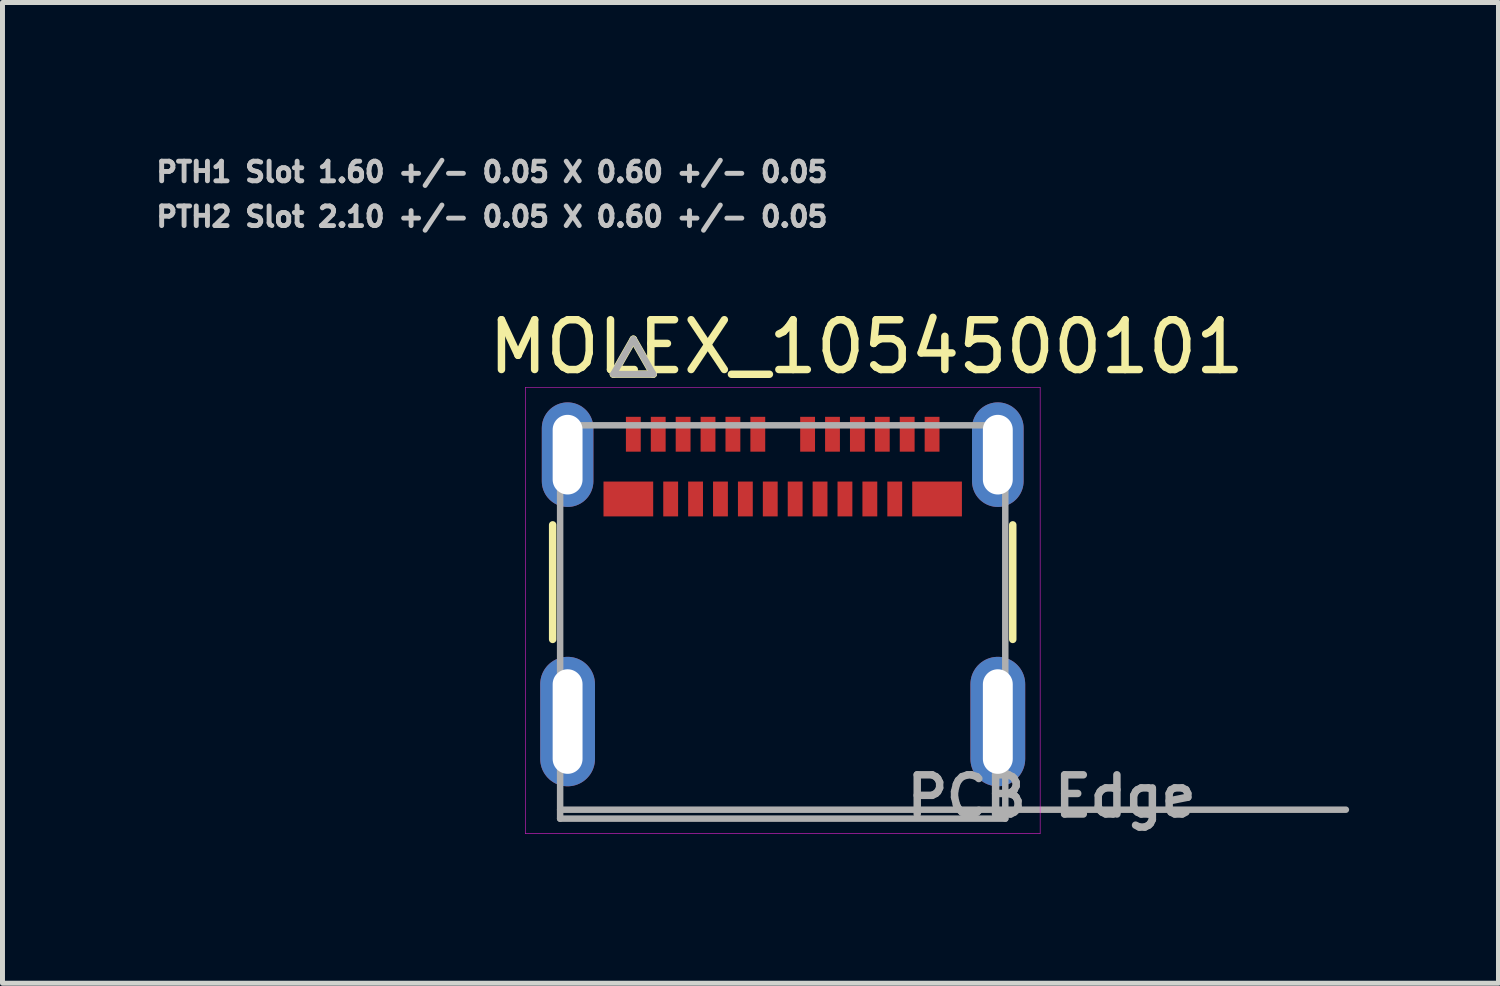
<source format=kicad_pcb>
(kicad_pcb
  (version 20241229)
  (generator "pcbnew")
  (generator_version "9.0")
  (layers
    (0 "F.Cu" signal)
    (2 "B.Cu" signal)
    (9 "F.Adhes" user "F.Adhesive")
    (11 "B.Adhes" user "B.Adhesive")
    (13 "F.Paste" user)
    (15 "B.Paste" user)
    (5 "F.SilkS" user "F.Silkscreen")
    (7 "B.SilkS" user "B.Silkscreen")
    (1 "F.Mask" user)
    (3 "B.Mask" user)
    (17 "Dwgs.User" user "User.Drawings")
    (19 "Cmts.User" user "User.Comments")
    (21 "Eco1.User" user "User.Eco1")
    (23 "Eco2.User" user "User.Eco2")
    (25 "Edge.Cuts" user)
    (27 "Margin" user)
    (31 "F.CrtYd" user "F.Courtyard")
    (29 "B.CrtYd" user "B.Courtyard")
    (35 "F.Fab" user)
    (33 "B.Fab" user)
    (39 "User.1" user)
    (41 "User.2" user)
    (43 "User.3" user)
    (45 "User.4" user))
  (footprint "MOLEX_1054500101"
    (layer "F.Cu")
    (at 12.669 13.211)
    (property "Reference" "MOLEX_1054500101" (at 1.685 -9.295 0) (layer "F.SilkS") (effects (font (size 1 1) (thickness 0.15))))
    (attr smd)
    (fp_poly (pts (xy -3.663 -6.654) (xy -2.538 -6.654) (xy -2.538 -5.827) (xy -3.663 -5.827)) (stroke (width 0.01) (type solid)) (fill yes) (layer "F.Mask"))
    (fp_poly (pts (xy -3.212 -7.954) (xy -2.788 -7.954) (xy -2.788 -7.127) (xy -3.212 -7.127)) (stroke (width 0.01) (type solid)) (fill yes) (layer "F.Mask"))
    (fp_poly (pts (xy -2.712 -7.954) (xy -2.288 -7.954) (xy -2.288 -7.127) (xy -2.712 -7.127)) (stroke (width 0.01) (type solid)) (fill yes) (layer "F.Mask"))
    (fp_poly (pts (xy -2.462 -6.654) (xy -2.038 -6.654) (xy -2.038 -5.827) (xy -2.462 -5.827)) (stroke (width 0.01) (type solid)) (fill yes) (layer "F.Mask"))
    (fp_poly (pts (xy -2.212 -7.954) (xy -1.788 -7.954) (xy -1.788 -7.127) (xy -2.212 -7.127)) (stroke (width 0.01) (type solid)) (fill yes) (layer "F.Mask"))
    (fp_poly (pts (xy -1.962 -6.654) (xy -1.538 -6.654) (xy -1.538 -5.827) (xy -1.962 -5.827)) (stroke (width 0.01) (type solid)) (fill yes) (layer "F.Mask"))
    (fp_poly (pts (xy -1.712 -7.954) (xy -1.288 -7.954) (xy -1.288 -7.127) (xy -1.712 -7.127)) (stroke (width 0.01) (type solid)) (fill yes) (layer "F.Mask"))
    (fp_poly (pts (xy -1.462 -6.654) (xy -1.038 -6.654) (xy -1.038 -5.827) (xy -1.462 -5.827)) (stroke (width 0.01) (type solid)) (fill yes) (layer "F.Mask"))
    (fp_poly (pts (xy -1.212 -7.954) (xy -0.787 -7.954) (xy -0.787 -7.127) (xy -1.212 -7.127)) (stroke (width 0.01) (type solid)) (fill yes) (layer "F.Mask"))
    (fp_poly (pts (xy -0.963 -6.654) (xy -0.537 -6.654) (xy -0.537 -5.827) (xy -0.963 -5.827)) (stroke (width 0.01) (type solid)) (fill yes) (layer "F.Mask"))
    (fp_poly (pts (xy -0.713 -7.954) (xy -0.287 -7.954) (xy -0.287 -7.127) (xy -0.713 -7.127)) (stroke (width 0.01) (type solid)) (fill yes) (layer "F.Mask"))
    (fp_poly (pts (xy -0.463 -6.654) (xy -0.037 -6.654) (xy -0.037 -5.827) (xy -0.463 -5.827)) (stroke (width 0.01) (type solid)) (fill yes) (layer "F.Mask"))
    (fp_poly (pts (xy 0.037 -6.654) (xy 0.463 -6.654) (xy 0.463 -5.827) (xy 0.037 -5.827)) (stroke (width 0.01) (type solid)) (fill yes) (layer "F.Mask"))
    (fp_poly (pts (xy 0.287 -7.954) (xy 0.713 -7.954) (xy 0.713 -7.127) (xy 0.287 -7.127)) (stroke (width 0.01) (type solid)) (fill yes) (layer "F.Mask"))
    (fp_poly (pts (xy 0.537 -6.654) (xy 0.963 -6.654) (xy 0.963 -5.827) (xy 0.537 -5.827)) (stroke (width 0.01) (type solid)) (fill yes) (layer "F.Mask"))
    (fp_poly (pts (xy 0.787 -7.954) (xy 1.212 -7.954) (xy 1.212 -7.127) (xy 0.787 -7.127)) (stroke (width 0.01) (type solid)) (fill yes) (layer "F.Mask"))
    (fp_poly (pts (xy 1.038 -6.654) (xy 1.462 -6.654) (xy 1.462 -5.827) (xy 1.038 -5.827)) (stroke (width 0.01) (type solid)) (fill yes) (layer "F.Mask"))
    (fp_poly (pts (xy 1.288 -7.954) (xy 1.712 -7.954) (xy 1.712 -7.127) (xy 1.288 -7.127)) (stroke (width 0.01) (type solid)) (fill yes) (layer "F.Mask"))
    (fp_poly (pts (xy 1.538 -6.654) (xy 1.962 -6.654) (xy 1.962 -5.827) (xy 1.538 -5.827)) (stroke (width 0.01) (type solid)) (fill yes) (layer "F.Mask"))
    (fp_poly (pts (xy 1.788 -7.954) (xy 2.212 -7.954) (xy 2.212 -7.127) (xy 1.788 -7.127)) (stroke (width 0.01) (type solid)) (fill yes) (layer "F.Mask"))
    (fp_poly (pts (xy 2.038 -6.654) (xy 2.462 -6.654) (xy 2.462 -5.827) (xy 2.038 -5.827)) (stroke (width 0.01) (type solid)) (fill yes) (layer "F.Mask"))
    (fp_poly (pts (xy 2.288 -7.954) (xy 2.712 -7.954) (xy 2.712 -7.127) (xy 2.288 -7.127)) (stroke (width 0.01) (type solid)) (fill yes) (layer "F.Mask"))
    (fp_poly (pts (xy 2.538 -6.654) (xy 3.663 -6.654) (xy 3.663 -5.827) (xy 2.538 -5.827)) (stroke (width 0.01) (type solid)) (fill yes) (layer "F.Mask"))
    (fp_poly (pts (xy 2.788 -7.954) (xy 3.212 -7.954) (xy 3.212 -7.127) (xy 2.788 -7.127)) (stroke (width 0.01) (type solid)) (fill yes) (layer "F.Mask"))
    (fp_line (start -4.62 -3.42) (end -4.62 -5.72) (stroke (width 0.15) (type solid)) (layer "F.SilkS"))
    (fp_line (start -3.4 -8.748) (end -2.6 -8.748) (stroke (width 0.15) (type solid)) (layer "F.SilkS"))
    (fp_line (start -3 -9.448) (end -3.4 -8.748) (stroke (width 0.15) (type solid)) (layer "F.SilkS"))
    (fp_line (start -2.6 -8.748) (end -3 -9.448) (stroke (width 0.15) (type solid)) (layer "F.SilkS"))
    (fp_line (start 4.62 -3.42) (end 4.62 -5.72) (stroke (width 0.15) (type solid)) (layer "F.SilkS"))
    (fp_line (start -5.17 -8.48) (end 5.17 -8.48) (stroke (width 0.01) (type solid)) (layer "F.CrtYd"))
    (fp_line (start -5.17 0.48) (end -5.17 -8.48) (stroke (width 0.01) (type solid)) (layer "F.CrtYd"))
    (fp_line (start 5.17 -8.48) (end 5.17 0.48) (stroke (width 0.01) (type solid)) (layer "F.CrtYd"))
    (fp_line (start 5.17 0.48) (end -5.17 0.48) (stroke (width 0.01) (type solid)) (layer "F.CrtYd"))
    (fp_line (start -4.47 -7.72) (end -4.47 0.18) (stroke (width 0.13) (type solid)) (layer "F.Fab"))
    (fp_line (start -4.47 0) (end 4.47 0) (stroke (width 0.13) (type solid)) (layer "F.Fab"))
    (fp_line (start -4.47 0.18) (end 4.47 0.18) (stroke (width 0.13) (type solid)) (layer "F.Fab"))
    (fp_line (start -3.4 -8.748) (end -2.6 -8.748) (stroke (width 0.13) (type solid)) (layer "F.Fab"))
    (fp_line (start -3 -9.448) (end -3.4 -8.748) (stroke (width 0.13) (type solid)) (layer "F.Fab"))
    (fp_line (start -2.6 -8.748) (end -3 -9.448) (stroke (width 0.13) (type solid)) (layer "F.Fab"))
    (fp_line (start 4.47 -7.72) (end -4.47 -7.72) (stroke (width 0.13) (type solid)) (layer "F.Fab"))
    (fp_line (start 4.47 0) (end 4.47 -7.72) (stroke (width 0.13) (type solid)) (layer "F.Fab"))
    (fp_line (start 4.47 0) (end 11.31 0) (stroke (width 0.13) (type solid)) (layer "F.Fab"))
    (fp_line (start 4.47 0.18) (end 4.47 0) (stroke (width 0.13) (type solid)) (layer "F.Fab"))
    (fp_text user "PTH1 Slot 1.60 +/- 0.05 X 0.60 +/- 0.05" (at -5.84 -12.807 0) (layer "Dwgs.User") (effects (font (size 0.394 0.394) (thickness 0.15))))
    (fp_text user "PTH2 Slot 2.10 +/- 0.05 X 0.60 +/- 0.05" (at -5.84 -11.908 0) (layer "Dwgs.User") (effects (font (size 0.394 0.394) (thickness 0.15))))
    (fp_text user "PCB Edge" (at 5.4 -0.27 0) (layer "F.Fab") (effects (font (size 0.787 0.787) (thickness 0.15))))
    (pad "A1" smd rect (at -3 -7.54) (size 0.298 0.7) (layers "F.Cu" "F.Paste"))
    (pad "A2" smd rect (at -2.5 -7.54) (size 0.298 0.7) (layers "F.Cu" "F.Paste"))
    (pad "A3" smd rect (at -2 -7.54) (size 0.298 0.7) (layers "F.Cu" "F.Paste"))
    (pad "A4" smd rect (at -1.5 -7.54) (size 0.298 0.7) (layers "F.Cu" "F.Paste"))
    (pad "A5" smd rect (at -1 -7.54) (size 0.298 0.7) (layers "F.Cu" "F.Paste"))
    (pad "A6" smd rect (at -0.5 -7.54) (size 0.298 0.7) (layers "F.Cu" "F.Paste"))
    (pad "A7" smd rect (at 0.5 -7.54) (size 0.298 0.7) (layers "F.Cu" "F.Paste"))
    (pad "A8" smd rect (at 1 -7.54) (size 0.298 0.7) (layers "F.Cu" "F.Paste"))
    (pad "A9" smd rect (at 1.5 -7.54) (size 0.298 0.7) (layers "F.Cu" "F.Paste"))
    (pad "A10" smd rect (at 2 -7.54) (size 0.298 0.7) (layers "F.Cu" "F.Paste"))
    (pad "A11" smd rect (at 2.5 -7.54) (size 0.298 0.7) (layers "F.Cu" "F.Paste"))
    (pad "A12" smd rect (at 3 -7.54) (size 0.298 0.7) (layers "F.Cu" "F.Paste"))
    (pad "B1" smd rect (at 3.1 -6.24) (size 0.998 0.7) (layers "F.Cu" "F.Paste"))
    (pad "B2" smd rect (at 2.25 -6.24) (size 0.298 0.7) (layers "F.Cu" "F.Paste"))
    (pad "B3" smd rect (at 1.75 -6.24) (size 0.298 0.7) (layers "F.Cu" "F.Paste"))
    (pad "B4" smd rect (at 1.25 -6.24) (size 0.298 0.7) (layers "F.Cu" "F.Paste"))
    (pad "B5" smd rect (at 0.75 -6.24) (size 0.298 0.7) (layers "F.Cu" "F.Paste"))
    (pad "B6" smd rect (at 0.25 -6.24) (size 0.298 0.7) (layers "F.Cu" "F.Paste"))
    (pad "B7" smd rect (at -0.25 -6.24) (size 0.298 0.7) (layers "F.Cu" "F.Paste"))
    (pad "B8" smd rect (at -0.75 -6.24) (size 0.298 0.7) (layers "F.Cu" "F.Paste"))
    (pad "B9" smd rect (at -1.25 -6.24) (size 0.298 0.7) (layers "F.Cu" "F.Paste"))
    (pad "B10" smd rect (at -1.75 -6.24) (size 0.298 0.7) (layers "F.Cu" "F.Paste"))
    (pad "B11" smd rect (at -2.25 -6.24) (size 0.298 0.7) (layers "F.Cu" "F.Paste"))
    (pad "B12" smd rect (at -3.1 -6.24) (size 0.998 0.7) (layers "F.Cu" "F.Paste"))
    (pad "SH1" thru_hole oval (at -4.32 -7.13) (size 1.036 2.1) (drill oval 0.6 1.6) (layers "*.Cu" "*.Mask"))
    (pad "SH2" thru_hole oval (at 4.32 -7.13) (size 1.036 2.1) (drill oval 0.6 1.6) (layers "*.Cu" "*.Mask"))
    (pad "SH3" thru_hole oval (at -4.32 -1.77) (size 1.1 2.6) (drill oval 0.6 2.1) (layers "*.Cu" "*.Mask"))
    (pad "SH4" thru_hole oval (at 4.32 -1.77) (size 1.1 2.6) (drill oval 0.6 2.1) (layers "*.Cu" "*.Mask"))
    (zone (net_name "") (layer "F.Cu") (hatch full 0.508) (connect_pads) (min_thickness 0.01) (filled_areas_thickness no) (keepout (tracks not_allowed) (vias not_allowed) (pads not_allowed) (copperpour not_allowed) (footprints allowed)) (placement (enabled no)) (fill) (polygon (pts (xy 9.169 7.561) (xy 16.169 7.561) (xy 16.169 13.211) (xy 9.169 13.211))))
    (zone (net_name "") (layers "F.Cu" "B.Cu") (hatch full 0.508) (connect_pads) (min_thickness 0.01) (filled_areas_thickness no) (keepout (tracks allowed) (vias not_allowed) (pads allowed) (copperpour allowed) (footprints allowed)) (placement (enabled no)) (fill) (polygon (pts (xy 9.169 7.561) (xy 16.169 7.561) (xy 16.169 13.211) (xy 9.169 13.211)))))
  (gr_rect
    (start -3 -3)
    (end 27.044 16.696)
    (stroke (width 0.1) (type default))
    (fill no)
    (layer "Edge.Cuts")))
</source>
